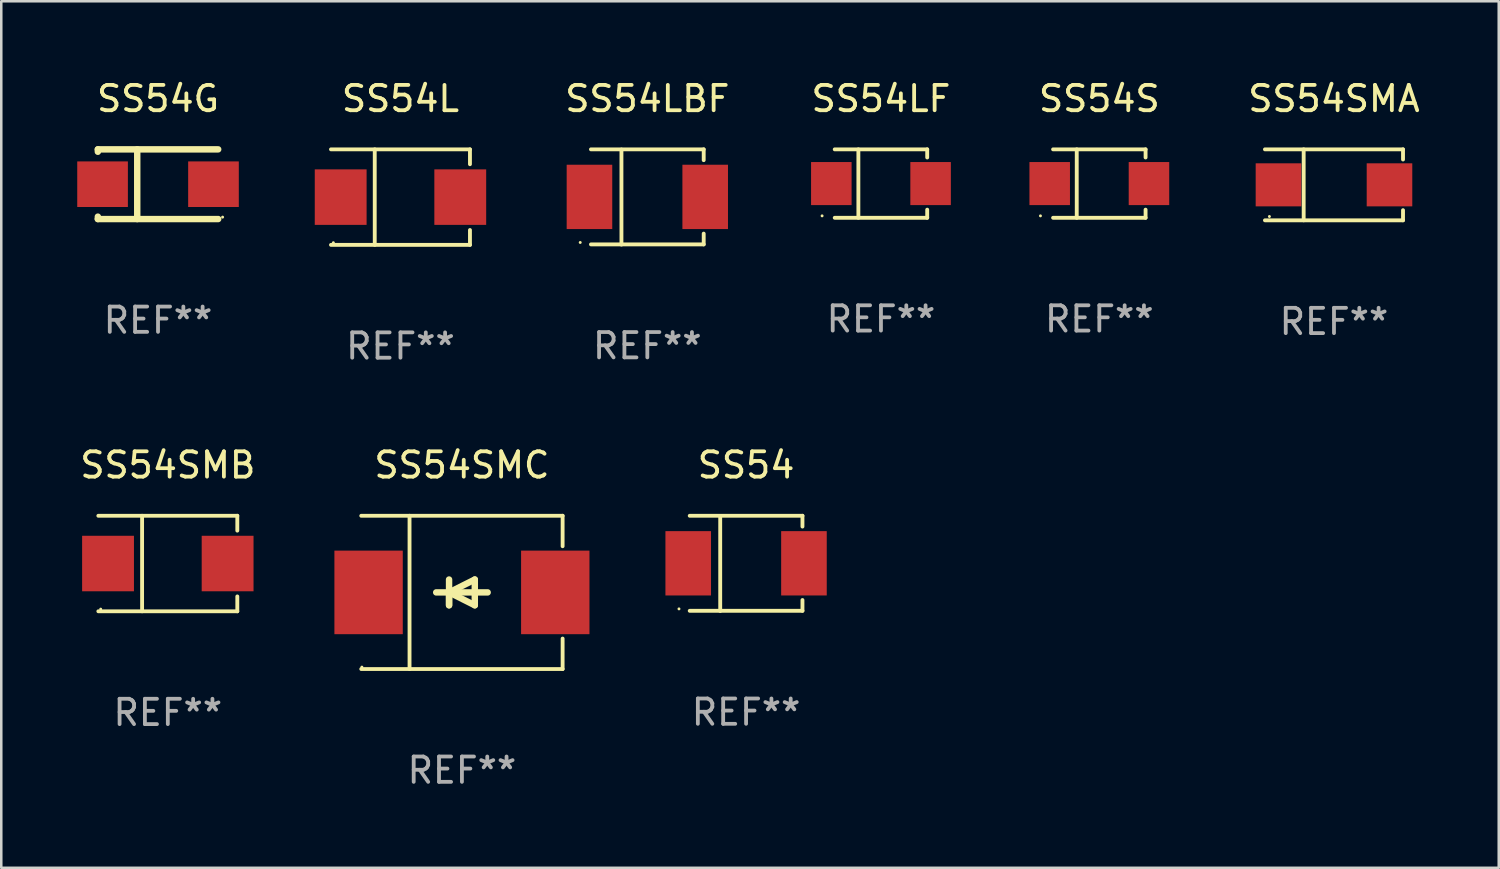
<source format=kicad_pcb>
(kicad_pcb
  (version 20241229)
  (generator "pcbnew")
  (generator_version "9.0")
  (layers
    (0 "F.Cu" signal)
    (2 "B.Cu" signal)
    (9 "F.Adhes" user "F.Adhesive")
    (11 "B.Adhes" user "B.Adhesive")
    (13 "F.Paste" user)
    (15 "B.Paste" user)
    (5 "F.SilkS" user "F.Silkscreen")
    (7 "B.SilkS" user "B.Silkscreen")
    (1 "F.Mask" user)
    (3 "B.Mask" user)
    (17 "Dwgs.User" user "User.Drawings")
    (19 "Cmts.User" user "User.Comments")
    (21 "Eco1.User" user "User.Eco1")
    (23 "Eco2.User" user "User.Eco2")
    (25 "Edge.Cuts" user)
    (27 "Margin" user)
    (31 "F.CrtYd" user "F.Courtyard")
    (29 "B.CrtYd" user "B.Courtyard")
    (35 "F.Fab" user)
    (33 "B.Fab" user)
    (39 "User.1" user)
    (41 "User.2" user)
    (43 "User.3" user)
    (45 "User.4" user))
  (footprint "SS54SMA"
    (layer "F.Cu")
    (at 49.627 4.249)
    (property "Reference" "SS54SMA" (at 0 -3.401 0) (layer "F.SilkS") (effects (font (size 1 1) (thickness 0.15))))
    (attr through_hole)
    (fp_line (start -2.726 -1.401) (end 2.726 -1.401) (stroke (width 0.152) (type solid)) (layer "F.SilkS"))
    (fp_line (start -2.726 1.401) (end 2.726 1.401) (stroke (width 0.152) (type solid)) (layer "F.SilkS"))
    (fp_line (start -1.197 -1.401) (end -1.197 1.401) (stroke (width 0.152) (type solid)) (layer "F.SilkS"))
    (fp_line (start 2.726 -1.401) (end 2.726 -1) (stroke (width 0.152) (type solid)) (layer "F.SilkS"))
    (fp_line (start 2.726 1.401) (end 2.726 1) (stroke (width 0.152) (type solid)) (layer "F.SilkS"))
    (fp_circle (center -2.55 1.25) (end -2.52 1.25) (stroke (width 0.06) (type solid)) (fill no) (layer "F.SilkS"))
    (fp_text user "REF**" (at 0 5.401 0) (layer "F.Fab") (effects (font (size 1 1) (thickness 0.15))))
    (pad "1" smd rect (at -2.192 0) (size 1.8 1.7) (layers "F.Cu" "F.Mask" "F.Paste"))
    (pad "2" smd rect (at 2.192 0) (size 1.8 1.7) (layers "F.Cu" "F.Mask" "F.Paste")))
  (footprint "SS54LF"
    (layer "F.Cu")
    (at 31.738 4.199)
    (property "Reference" "SS54LF" (at 0 -3.351 0) (layer "F.SilkS") (effects (font (size 1 1) (thickness 0.15))))
    (attr through_hole)
    (fp_line (start -1.826 -1.351) (end 1.826 -1.351) (stroke (width 0.152) (type solid)) (layer "F.SilkS"))
    (fp_line (start -1.826 1.351) (end 1.826 1.351) (stroke (width 0.152) (type solid)) (layer "F.SilkS"))
    (fp_line (start -0.892 -1.351) (end -0.892 1.351) (stroke (width 0.152) (type solid)) (layer "F.SilkS"))
    (fp_line (start 1.826 -1.351) (end 1.826 -1.03) (stroke (width 0.152) (type solid)) (layer "F.SilkS"))
    (fp_line (start 1.826 1.03) (end 1.826 1.351) (stroke (width 0.152) (type solid)) (layer "F.SilkS"))
    (fp_circle (center -2.325 1.275) (end -2.295 1.275) (stroke (width 0.06) (type solid)) (fill no) (layer "F.SilkS"))
    (fp_text user "REF**" (at 0 5.351 0) (layer "F.Fab") (effects (font (size 1 1) (thickness 0.15))))
    (pad "1" smd rect (at -1.96 0 180) (size 1.6 1.7) (layers "F.Cu" "F.Mask" "F.Paste"))
    (pad "2" smd rect (at 1.96 0 180) (size 1.6 1.7) (layers "F.Cu" "F.Mask" "F.Paste")))
  (footprint "SS54G"
    (layer "F.Cu")
    (at 3.19 4.224)
    (property "Reference" "SS54G" (at 0 -3.376 0) (layer "F.SilkS") (effects (font (size 1 1) (thickness 0.15))))
    (attr through_hole)
    (fp_line (start -2.376 -1.281) (end -2.376 -1.376) (stroke (width 0.254) (type solid)) (layer "F.SilkS"))
    (fp_line (start -2.376 1.376) (end -2.376 1.281) (stroke (width 0.254) (type solid)) (layer "F.SilkS"))
    (fp_line (start -0.821 1.376) (end -0.821 -1.376) (stroke (width 0.254) (type solid)) (layer "F.SilkS"))
    (fp_line (start 2.376 -1.376) (end -2.376 -1.376) (stroke (width 0.254) (type solid)) (layer "F.SilkS"))
    (fp_line (start 2.376 1.376) (end -2.376 1.376) (stroke (width 0.254) (type solid)) (layer "F.SilkS"))
    (fp_circle (center 2.55 1.3) (end 2.58 1.3) (stroke (width 0.06) (type solid)) (fill no) (layer "F.SilkS"))
    (fp_text user "REF**" (at 0 5.376 0) (layer "F.Fab") (effects (font (size 1 1) (thickness 0.15))))
    (pad "1" smd rect (at 2.19 -0.000025 180) (size 2 1.8) (layers "F.Cu" "F.Mask" "F.Paste"))
    (pad "2" smd rect (at -2.19 -0.000025 180) (size 2 1.8) (layers "F.Cu" "F.Mask" "F.Paste")))
  (footprint "SS54SMC"
    (layer "F.Cu")
    (at 15.191 20.343)
    (property "Reference" "SS54SMC" (at 0 -5.026 0) (layer "F.SilkS") (effects (font (size 1 1) (thickness 0.15))))
    (attr through_hole)
    (fp_line (start -3.976 -3.026) (end 3.976 -3.026) (stroke (width 0.152) (type solid)) (layer "F.SilkS"))
    (fp_line (start -3.976 3.026) (end 3.976 3.026) (stroke (width 0.152) (type solid)) (layer "F.SilkS"))
    (fp_line (start -2.069 -3.026) (end -2.069 3.026) (stroke (width 0.152) (type solid)) (layer "F.SilkS"))
    (fp_line (start -0.508 0) (end -0.508 0.508) (stroke (width 0.254) (type solid)) (layer "F.SilkS"))
    (fp_line (start -0.508 0) (end 0.508 0.508) (stroke (width 0.254) (type solid)) (layer "F.SilkS"))
    (fp_line (start -0.508 0.508) (end -0.508 -0.508) (stroke (width 0.254) (type solid)) (layer "F.SilkS"))
    (fp_line (start 0.508 -0.508) (end -0.508 0) (stroke (width 0.254) (type solid)) (layer "F.SilkS"))
    (fp_line (start 0.508 0.508) (end 0.508 -0.508) (stroke (width 0.254) (type solid)) (layer "F.SilkS"))
    (fp_line (start 1.016 0) (end -1.016 0) (stroke (width 0.254) (type solid)) (layer "F.SilkS"))
    (fp_line (start 3.976 -3.026) (end 3.976 -1.823) (stroke (width 0.152) (type solid)) (layer "F.SilkS"))
    (fp_line (start 3.976 3.026) (end 3.976 1.823) (stroke (width 0.152) (type solid)) (layer "F.SilkS"))
    (fp_circle (center -3.95 2.95) (end -3.92 2.95) (stroke (width 0.06) (type solid)) (fill no) (layer "F.SilkS"))
    (fp_text user "REF**" (at 0 7.026 0) (layer "F.Fab") (effects (font (size 1 1) (thickness 0.15))))
    (pad "1" smd rect (at -3.686 0) (size 2.7 3.3) (layers "F.Cu" "F.Mask" "F.Paste"))
    (pad "2" smd rect (at 3.686 0) (size 2.7 3.3) (layers "F.Cu" "F.Mask" "F.Paste")))
  (footprint "SS54S"
    (layer "F.Cu")
    (at 40.361 4.199)
    (property "Reference" "SS54S" (at 0 -3.351 0) (layer "F.SilkS") (effects (font (size 1 1) (thickness 0.15))))
    (attr through_hole)
    (fp_line (start -1.826 -1.351) (end 1.826 -1.351) (stroke (width 0.152) (type solid)) (layer "F.SilkS"))
    (fp_line (start -1.826 1.351) (end 1.826 1.351) (stroke (width 0.152) (type solid)) (layer "F.SilkS"))
    (fp_line (start -0.892 -1.351) (end -0.892 1.351) (stroke (width 0.152) (type solid)) (layer "F.SilkS"))
    (fp_line (start 1.826 -1.351) (end 1.826 -1.03) (stroke (width 0.152) (type solid)) (layer "F.SilkS"))
    (fp_line (start 1.826 1.03) (end 1.826 1.351) (stroke (width 0.152) (type solid)) (layer "F.SilkS"))
    (fp_circle (center -2.325 1.275) (end -2.295 1.275) (stroke (width 0.06) (type solid)) (fill no) (layer "F.SilkS"))
    (fp_text user "REF**" (at 0 5.351 0) (layer "F.Fab") (effects (font (size 1 1) (thickness 0.15))))
    (pad "1" smd rect (at -1.96 0 180) (size 1.6 1.7) (layers "F.Cu" "F.Mask" "F.Paste"))
    (pad "2" smd rect (at 1.96 0 180) (size 1.6 1.7) (layers "F.Cu" "F.Mask" "F.Paste")))
  (footprint "SS54SMB"
    (layer "F.Cu")
    (at 3.577 19.203)
    (property "Reference" "SS54SMB" (at 0 -3.886 0) (layer "F.SilkS") (effects (font (size 1 1) (thickness 0.15))))
    (attr through_hole)
    (fp_line (start -2.744 -1.886) (end 2.744 -1.886) (stroke (width 0.152) (type solid)) (layer "F.SilkS"))
    (fp_line (start -2.744 1.886) (end 2.744 1.886) (stroke (width 0.152) (type solid)) (layer "F.SilkS"))
    (fp_line (start -1.016 -1.886) (end -1.016 1.886) (stroke (width 0.152) (type solid)) (layer "F.SilkS"))
    (fp_line (start 2.744 -1.886) (end 2.744 -1.299) (stroke (width 0.152) (type solid)) (layer "F.SilkS"))
    (fp_line (start 2.744 1.886) (end 2.744 1.299) (stroke (width 0.152) (type solid)) (layer "F.SilkS"))
    (fp_circle (center -2.65 1.8) (end -2.62 1.8) (stroke (width 0.06) (type solid)) (fill no) (layer "F.SilkS"))
    (fp_text user "REF**" (at 0 5.886 0) (layer "F.Fab") (effects (font (size 1 1) (thickness 0.15))))
    (pad "1" smd rect (at -2.361 0) (size 2.047 2.192) (layers "F.Cu" "F.Mask" "F.Paste"))
    (pad "2" smd rect (at 2.361 0) (size 2.047 2.192) (layers "F.Cu" "F.Mask" "F.Paste")))
  (footprint "SS54L"
    (layer "F.Cu")
    (at 12.764 4.734)
    (property "Reference" "SS54L" (at 0 -3.886 0) (layer "F.SilkS") (effects (font (size 1 1) (thickness 0.15))))
    (attr through_hole)
    (fp_line (start -2.744 -1.886) (end 2.744 -1.886) (stroke (width 0.152) (type solid)) (layer "F.SilkS"))
    (fp_line (start -2.744 1.886) (end 2.744 1.886) (stroke (width 0.152) (type solid)) (layer "F.SilkS"))
    (fp_line (start -1.016 -1.886) (end -1.016 1.886) (stroke (width 0.152) (type solid)) (layer "F.SilkS"))
    (fp_line (start 2.744 -1.886) (end 2.744 -1.299) (stroke (width 0.152) (type solid)) (layer "F.SilkS"))
    (fp_line (start 2.744 1.886) (end 2.744 1.299) (stroke (width 0.152) (type solid)) (layer "F.SilkS"))
    (fp_circle (center -2.65 1.8) (end -2.62 1.8) (stroke (width 0.06) (type solid)) (fill no) (layer "F.SilkS"))
    (fp_text user "REF**" (at 0 5.886 0) (layer "F.Fab") (effects (font (size 1 1) (thickness 0.15))))
    (pad "1" smd rect (at -2.361 0) (size 2.047 2.192) (layers "F.Cu" "F.Mask" "F.Paste"))
    (pad "2" smd rect (at 2.361 0) (size 2.047 2.192) (layers "F.Cu" "F.Mask" "F.Paste")))
  (footprint "SS54LBF"
    (layer "F.Cu")
    (at 22.512 4.728)
    (property "Reference" "SS54LBF" (at 0 -3.88 0) (layer "F.SilkS") (effects (font (size 1 1) (thickness 0.15))))
    (attr through_hole)
    (fp_line (start -2.226 -1.88) (end 2.226 -1.88) (stroke (width 0.152) (type solid)) (layer "F.SilkS"))
    (fp_line (start -2.226 1.873) (end 2.226 1.873) (stroke (width 0.152) (type solid)) (layer "F.SilkS"))
    (fp_line (start -1.022 -1.873) (end -1.022 1.88) (stroke (width 0.152) (type solid)) (layer "F.SilkS"))
    (fp_line (start 2.226 -1.88) (end 2.226 -1.453) (stroke (width 0.152) (type solid)) (layer "F.SilkS"))
    (fp_line (start 2.226 1.447) (end 2.226 1.873) (stroke (width 0.152) (type solid)) (layer "F.SilkS"))
    (fp_circle (center -2.65 1.797) (end -2.62 1.797) (stroke (width 0.06) (type solid)) (fill no) (layer "F.SilkS"))
    (fp_text user "REF**" (at 0 5.88 0) (layer "F.Fab") (effects (font (size 1 1) (thickness 0.15))))
    (pad "1" smd rect (at -2.285 -0.003) (size 1.8 2.54) (layers "F.Cu" "F.Mask" "F.Paste"))
    (pad "2" smd rect (at 2.285 -0.003) (size 1.8 2.54) (layers "F.Cu" "F.Mask" "F.Paste")))
  (footprint "SS54"
    (layer "F.Cu")
    (at 26.412 19.197)
    (property "Reference" "SS54" (at 0 -3.88 0) (layer "F.SilkS") (effects (font (size 1 1) (thickness 0.15))))
    (attr through_hole)
    (fp_line (start -2.226 -1.88) (end 2.226 -1.88) (stroke (width 0.152) (type solid)) (layer "F.SilkS"))
    (fp_line (start -2.226 1.873) (end 2.226 1.873) (stroke (width 0.152) (type solid)) (layer "F.SilkS"))
    (fp_line (start -1.022 -1.873) (end -1.022 1.88) (stroke (width 0.152) (type solid)) (layer "F.SilkS"))
    (fp_line (start 2.226 -1.88) (end 2.226 -1.453) (stroke (width 0.152) (type solid)) (layer "F.SilkS"))
    (fp_line (start 2.226 1.447) (end 2.226 1.873) (stroke (width 0.152) (type solid)) (layer "F.SilkS"))
    (fp_circle (center -2.65 1.797) (end -2.62 1.797) (stroke (width 0.06) (type solid)) (fill no) (layer "F.SilkS"))
    (fp_text user "REF**" (at 0 5.88 0) (layer "F.Fab") (effects (font (size 1 1) (thickness 0.15))))
    (pad "1" smd rect (at -2.285 -0.003) (size 1.8 2.54) (layers "F.Cu" "F.Mask" "F.Paste"))
    (pad "2" smd rect (at 2.285 -0.003) (size 1.8 2.54) (layers "F.Cu" "F.Mask" "F.Paste")))
  (gr_rect
    (start -3 -3)
    (end 56.133 31.218)
    (stroke (width 0.1) (type default))
    (fill no)
    (layer "Edge.Cuts")))
</source>
